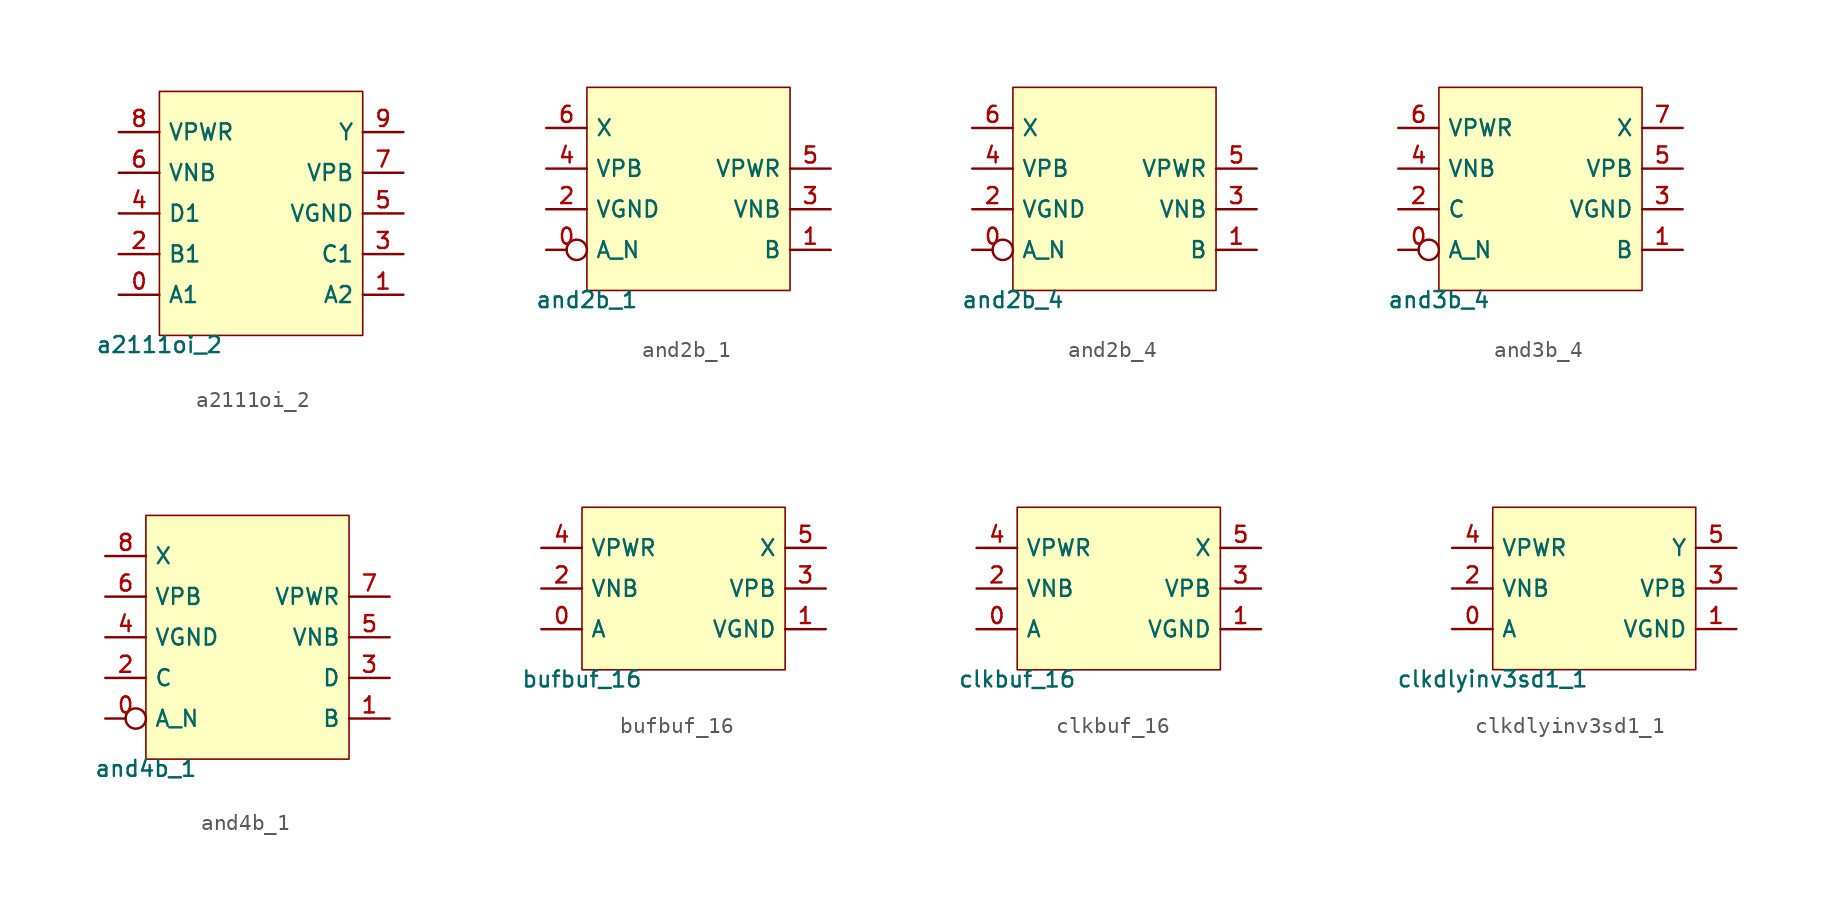
<source format=kicad_sym>
(kicad_symbol_lib
  (version 20211014)
  (generator pdk2kicad)
  (symbol "a2111oi_2"
    (property "Reference" "X"
      (at 0 0 0)
      (effects (font (size 1 1)) hide))
    (property "Value" "a2111oi_2"
      (at -6.35 -7.62 0)
      (effects (font (size 1 1)) (justify top)))
    (rectangle
      (start -6.35 -7.62)
      (end 6.35 7.62)
      (stroke (width 0.1) (type solid) (color 0 0 0 0))
      (fill (type background)))
    (pin bidirectional line
      (at -8.89 -5.08 0)
      (length 2.54)
      (name "A1" (effects (font (size 1 1)) hide))
      (number "0" (effects (font (size 1 1)) hide)))
    (pin bidirectional line
      (at 8.89 -5.08 180)
      (length 2.54)
      (name "A2" (effects (font (size 1 1)) hide))
      (number "1" (effects (font (size 1 1)) hide)))
    (pin bidirectional line
      (at -8.89 -2.54 0)
      (length 2.54)
      (name "B1" (effects (font (size 1 1)) hide))
      (number "2" (effects (font (size 1 1)) hide)))
    (pin bidirectional line
      (at 8.89 -2.54 180)
      (length 2.54)
      (name "C1" (effects (font (size 1 1)) hide))
      (number "3" (effects (font (size 1 1)) hide)))
    (pin bidirectional line
      (at -8.89 8.881784197001252e-16 0)
      (length 2.54)
      (name "D1" (effects (font (size 1 1)) hide))
      (number "4" (effects (font (size 1 1)) hide)))
    (pin bidirectional line
      (at 8.89 8.881784197001252e-16 180)
      (length 2.54)
      (name "VGND" (effects (font (size 1 1)) hide))
      (number "5" (effects (font (size 1 1)) hide)))
    (pin bidirectional line
      (at -8.89 2.54 0)
      (length 2.54)
      (name "VNB" (effects (font (size 1 1)) hide))
      (number "6" (effects (font (size 1 1)) hide)))
    (pin bidirectional line
      (at 8.89 2.54 180)
      (length 2.54)
      (name "VPB" (effects (font (size 1 1)) hide))
      (number "7" (effects (font (size 1 1)) hide)))
    (pin bidirectional line
      (at -8.89 5.08 0)
      (length 2.54)
      (name "VPWR" (effects (font (size 1 1)) hide))
      (number "8" (effects (font (size 1 1)) hide)))
    (pin bidirectional line
      (at 8.89 5.08 180)
      (length 2.54)
      (name "Y" (effects (font (size 1 1)) hide))
      (number "9" (effects (font (size 1 1)) hide))))
  (symbol "and2b_1"
    (property "Reference" "X"
      (at 0 0 0)
      (effects (font (size 1 1)) hide))
    (property "Value" "and2b_1"
      (at -6.35 -6.35 0)
      (effects (font (size 1 1)) (justify top)))
    (rectangle
      (start -6.35 -6.35)
      (end 6.35 6.35)
      (stroke (width 0.1) (type solid) (color 0 0 0 0))
      (fill (type background)))
    (pin bidirectional inverted
      (at -8.89 -3.81 0)
      (length 2.54)
      (name "A_N" (effects (font (size 1 1)) hide))
      (number "0" (effects (font (size 1 1)) hide)))
    (pin bidirectional line
      (at 8.89 -3.81 180)
      (length 2.54)
      (name "B" (effects (font (size 1 1)) hide))
      (number "1" (effects (font (size 1 1)) hide)))
    (pin bidirectional line
      (at -8.89 -1.27 0)
      (length 2.54)
      (name "VGND" (effects (font (size 1 1)) hide))
      (number "2" (effects (font (size 1 1)) hide)))
    (pin bidirectional line
      (at 8.89 -1.27 180)
      (length 2.54)
      (name "VNB" (effects (font (size 1 1)) hide))
      (number "3" (effects (font (size 1 1)) hide)))
    (pin bidirectional line
      (at -8.89 1.27 0)
      (length 2.54)
      (name "VPB" (effects (font (size 1 1)) hide))
      (number "4" (effects (font (size 1 1)) hide)))
    (pin bidirectional line
      (at 8.89 1.27 180)
      (length 2.54)
      (name "VPWR" (effects (font (size 1 1)) hide))
      (number "5" (effects (font (size 1 1)) hide)))
    (pin bidirectional line
      (at -8.89 3.81 0)
      (length 2.54)
      (name "X" (effects (font (size 1 1)) hide))
      (number "6" (effects (font (size 1 1)) hide))))
  (symbol "and2b_4"
    (property "Reference" "X"
      (at 0 0 0)
      (effects (font (size 1 1)) hide))
    (property "Value" "and2b_4"
      (at -6.35 -6.35 0)
      (effects (font (size 1 1)) (justify top)))
    (rectangle
      (start -6.35 -6.35)
      (end 6.35 6.35)
      (stroke (width 0.1) (type solid) (color 0 0 0 0))
      (fill (type background)))
    (pin bidirectional inverted
      (at -8.89 -3.81 0)
      (length 2.54)
      (name "A_N" (effects (font (size 1 1)) hide))
      (number "0" (effects (font (size 1 1)) hide)))
    (pin bidirectional line
      (at 8.89 -3.81 180)
      (length 2.54)
      (name "B" (effects (font (size 1 1)) hide))
      (number "1" (effects (font (size 1 1)) hide)))
    (pin bidirectional line
      (at -8.89 -1.27 0)
      (length 2.54)
      (name "VGND" (effects (font (size 1 1)) hide))
      (number "2" (effects (font (size 1 1)) hide)))
    (pin bidirectional line
      (at 8.89 -1.27 180)
      (length 2.54)
      (name "VNB" (effects (font (size 1 1)) hide))
      (number "3" (effects (font (size 1 1)) hide)))
    (pin bidirectional line
      (at -8.89 1.27 0)
      (length 2.54)
      (name "VPB" (effects (font (size 1 1)) hide))
      (number "4" (effects (font (size 1 1)) hide)))
    (pin bidirectional line
      (at 8.89 1.27 180)
      (length 2.54)
      (name "VPWR" (effects (font (size 1 1)) hide))
      (number "5" (effects (font (size 1 1)) hide)))
    (pin bidirectional line
      (at -8.89 3.81 0)
      (length 2.54)
      (name "X" (effects (font (size 1 1)) hide))
      (number "6" (effects (font (size 1 1)) hide))))
  (symbol "and3b_4"
    (property "Reference" "X"
      (at 0 0 0)
      (effects (font (size 1 1)) hide))
    (property "Value" "and3b_4"
      (at -6.35 -6.35 0)
      (effects (font (size 1 1)) (justify top)))
    (rectangle
      (start -6.35 -6.35)
      (end 6.35 6.35)
      (stroke (width 0.1) (type solid) (color 0 0 0 0))
      (fill (type background)))
    (pin bidirectional inverted
      (at -8.89 -3.81 0)
      (length 2.54)
      (name "A_N" (effects (font (size 1 1)) hide))
      (number "0" (effects (font (size 1 1)) hide)))
    (pin bidirectional line
      (at 8.89 -3.81 180)
      (length 2.54)
      (name "B" (effects (font (size 1 1)) hide))
      (number "1" (effects (font (size 1 1)) hide)))
    (pin bidirectional line
      (at -8.89 -1.27 0)
      (length 2.54)
      (name "C" (effects (font (size 1 1)) hide))
      (number "2" (effects (font (size 1 1)) hide)))
    (pin bidirectional line
      (at 8.89 -1.27 180)
      (length 2.54)
      (name "VGND" (effects (font (size 1 1)) hide))
      (number "3" (effects (font (size 1 1)) hide)))
    (pin bidirectional line
      (at -8.89 1.27 0)
      (length 2.54)
      (name "VNB" (effects (font (size 1 1)) hide))
      (number "4" (effects (font (size 1 1)) hide)))
    (pin bidirectional line
      (at 8.89 1.27 180)
      (length 2.54)
      (name "VPB" (effects (font (size 1 1)) hide))
      (number "5" (effects (font (size 1 1)) hide)))
    (pin bidirectional line
      (at -8.89 3.81 0)
      (length 2.54)
      (name "VPWR" (effects (font (size 1 1)) hide))
      (number "6" (effects (font (size 1 1)) hide)))
    (pin bidirectional line
      (at 8.89 3.81 180)
      (length 2.54)
      (name "X" (effects (font (size 1 1)) hide))
      (number "7" (effects (font (size 1 1)) hide))))
  (symbol "and4b_1"
    (property "Reference" "X"
      (at 0 0 0)
      (effects (font (size 1 1)) hide))
    (property "Value" "and4b_1"
      (at -6.35 -7.62 0)
      (effects (font (size 1 1)) (justify top)))
    (rectangle
      (start -6.35 -7.62)
      (end 6.35 7.62)
      (stroke (width 0.1) (type solid) (color 0 0 0 0))
      (fill (type background)))
    (pin bidirectional inverted
      (at -8.89 -5.08 0)
      (length 2.54)
      (name "A_N" (effects (font (size 1 1)) hide))
      (number "0" (effects (font (size 1 1)) hide)))
    (pin bidirectional line
      (at 8.89 -5.08 180)
      (length 2.54)
      (name "B" (effects (font (size 1 1)) hide))
      (number "1" (effects (font (size 1 1)) hide)))
    (pin bidirectional line
      (at -8.89 -2.54 0)
      (length 2.54)
      (name "C" (effects (font (size 1 1)) hide))
      (number "2" (effects (font (size 1 1)) hide)))
    (pin bidirectional line
      (at 8.89 -2.54 180)
      (length 2.54)
      (name "D" (effects (font (size 1 1)) hide))
      (number "3" (effects (font (size 1 1)) hide)))
    (pin bidirectional line
      (at -8.89 8.881784197001252e-16 0)
      (length 2.54)
      (name "VGND" (effects (font (size 1 1)) hide))
      (number "4" (effects (font (size 1 1)) hide)))
    (pin bidirectional line
      (at 8.89 8.881784197001252e-16 180)
      (length 2.54)
      (name "VNB" (effects (font (size 1 1)) hide))
      (number "5" (effects (font (size 1 1)) hide)))
    (pin bidirectional line
      (at -8.89 2.54 0)
      (length 2.54)
      (name "VPB" (effects (font (size 1 1)) hide))
      (number "6" (effects (font (size 1 1)) hide)))
    (pin bidirectional line
      (at 8.89 2.54 180)
      (length 2.54)
      (name "VPWR" (effects (font (size 1 1)) hide))
      (number "7" (effects (font (size 1 1)) hide)))
    (pin bidirectional line
      (at -8.89 5.08 0)
      (length 2.54)
      (name "X" (effects (font (size 1 1)) hide))
      (number "8" (effects (font (size 1 1)) hide))))
  (symbol "bufbuf_16"
    (property "Reference" "X"
      (at 0 0 0)
      (effects (font (size 1 1)) hide))
    (property "Value" "bufbuf_16"
      (at -6.35 -5.08 0)
      (effects (font (size 1 1)) (justify top)))
    (rectangle
      (start -6.35 -5.08)
      (end 6.35 5.08)
      (stroke (width 0.1) (type solid) (color 0 0 0 0))
      (fill (type background)))
    (pin bidirectional line
      (at -8.89 -2.54 0)
      (length 2.54)
      (name "A" (effects (font (size 1 1)) hide))
      (number "0" (effects (font (size 1 1)) hide)))
    (pin bidirectional line
      (at 8.89 -2.54 180)
      (length 2.54)
      (name "VGND" (effects (font (size 1 1)) hide))
      (number "1" (effects (font (size 1 1)) hide)))
    (pin bidirectional line
      (at -8.89 0.0 0)
      (length 2.54)
      (name "VNB" (effects (font (size 1 1)) hide))
      (number "2" (effects (font (size 1 1)) hide)))
    (pin bidirectional line
      (at 8.89 0.0 180)
      (length 2.54)
      (name "VPB" (effects (font (size 1 1)) hide))
      (number "3" (effects (font (size 1 1)) hide)))
    (pin bidirectional line
      (at -8.89 2.54 0)
      (length 2.54)
      (name "VPWR" (effects (font (size 1 1)) hide))
      (number "4" (effects (font (size 1 1)) hide)))
    (pin bidirectional line
      (at 8.89 2.54 180)
      (length 2.54)
      (name "X" (effects (font (size 1 1)) hide))
      (number "5" (effects (font (size 1 1)) hide))))
  (symbol "clkbuf_16"
    (property "Reference" "X"
      (at 0 0 0)
      (effects (font (size 1 1)) hide))
    (property "Value" "clkbuf_16"
      (at -6.35 -5.08 0)
      (effects (font (size 1 1)) (justify top)))
    (rectangle
      (start -6.35 -5.08)
      (end 6.35 5.08)
      (stroke (width 0.1) (type solid) (color 0 0 0 0))
      (fill (type background)))
    (pin bidirectional line
      (at -8.89 -2.54 0)
      (length 2.54)
      (name "A" (effects (font (size 1 1)) hide))
      (number "0" (effects (font (size 1 1)) hide)))
    (pin bidirectional line
      (at 8.89 -2.54 180)
      (length 2.54)
      (name "VGND" (effects (font (size 1 1)) hide))
      (number "1" (effects (font (size 1 1)) hide)))
    (pin bidirectional line
      (at -8.89 0.0 0)
      (length 2.54)
      (name "VNB" (effects (font (size 1 1)) hide))
      (number "2" (effects (font (size 1 1)) hide)))
    (pin bidirectional line
      (at 8.89 0.0 180)
      (length 2.54)
      (name "VPB" (effects (font (size 1 1)) hide))
      (number "3" (effects (font (size 1 1)) hide)))
    (pin bidirectional line
      (at -8.89 2.54 0)
      (length 2.54)
      (name "VPWR" (effects (font (size 1 1)) hide))
      (number "4" (effects (font (size 1 1)) hide)))
    (pin bidirectional line
      (at 8.89 2.54 180)
      (length 2.54)
      (name "X" (effects (font (size 1 1)) hide))
      (number "5" (effects (font (size 1 1)) hide))))
  (symbol "clkdlyinv3sd1_1"
    (property "Reference" "X"
      (at 0 0 0)
      (effects (font (size 1 1)) hide))
    (property "Value" "clkdlyinv3sd1_1"
      (at -6.35 -5.08 0)
      (effects (font (size 1 1)) (justify top)))
    (rectangle
      (start -6.35 -5.08)
      (end 6.35 5.08)
      (stroke (width 0.1) (type solid) (color 0 0 0 0))
      (fill (type background)))
    (pin bidirectional line
      (at -8.89 -2.54 0)
      (length 2.54)
      (name "A" (effects (font (size 1 1)) hide))
      (number "0" (effects (font (size 1 1)) hide)))
    (pin bidirectional line
      (at 8.89 -2.54 180)
      (length 2.54)
      (name "VGND" (effects (font (size 1 1)) hide))
      (number "1" (effects (font (size 1 1)) hide)))
    (pin bidirectional line
      (at -8.89 0.0 0)
      (length 2.54)
      (name "VNB" (effects (font (size 1 1)) hide))
      (number "2" (effects (font (size 1 1)) hide)))
    (pin bidirectional line
      (at 8.89 0.0 180)
      (length 2.54)
      (name "VPB" (effects (font (size 1 1)) hide))
      (number "3" (effects (font (size 1 1)) hide)))
    (pin bidirectional line
      (at -8.89 2.54 0)
      (length 2.54)
      (name "VPWR" (effects (font (size 1 1)) hide))
      (number "4" (effects (font (size 1 1)) hide)))
    (pin bidirectional line
      (at 8.89 2.54 180)
      (length 2.54)
      (name "Y" (effects (font (size 1 1)) hide))
      (number "5" (effects (font (size 1 1)) hide)))))
</source>
